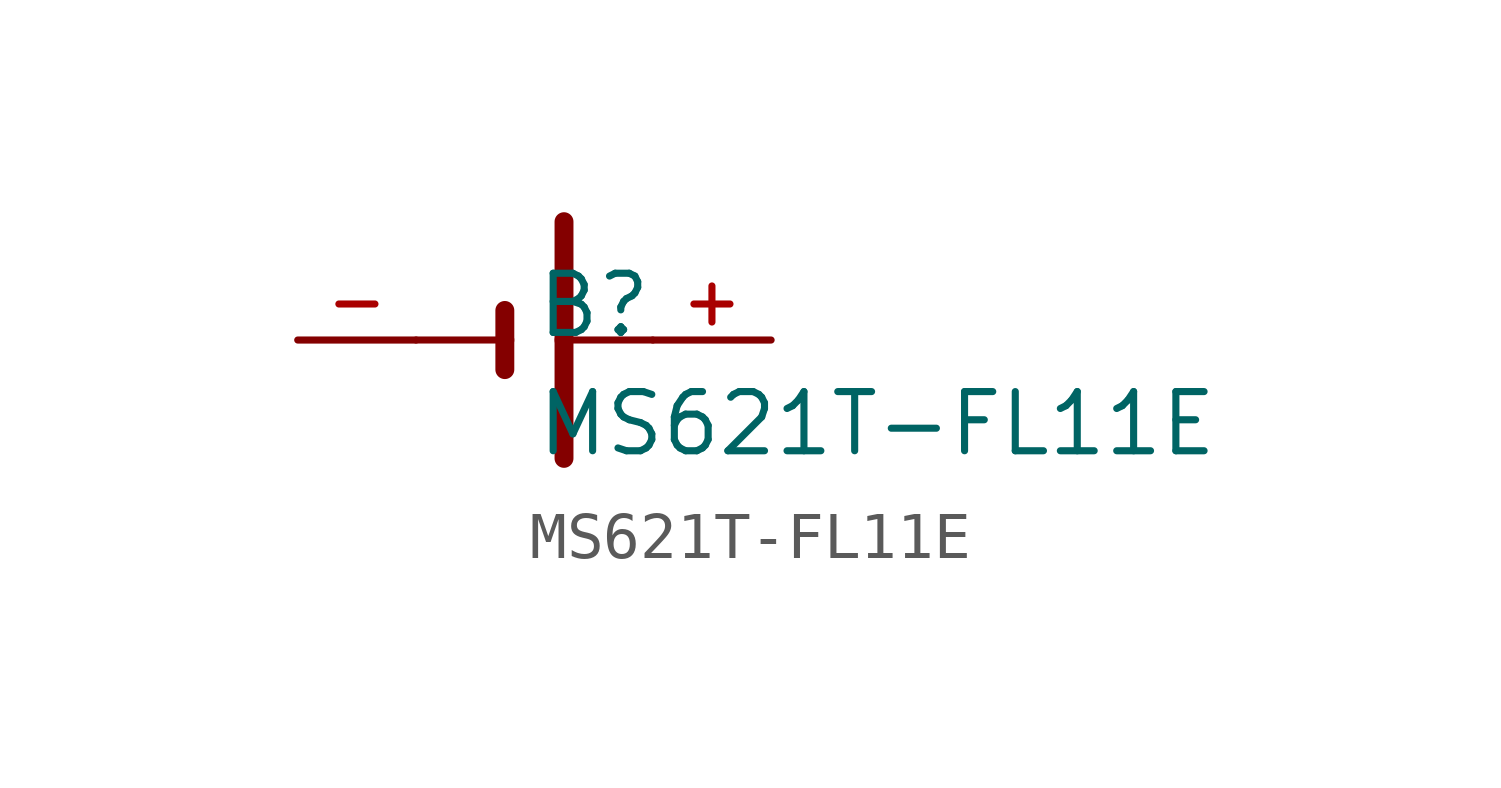
<source format=kicad_sym>
(kicad_symbol_lib
  (version 20211014)
  (generator kicad_symbol_editor)
  (symbol "MS621T-FL11E"
    (pin_names
      (offset 1.016))
    (property "Reference" "B"
      (at 0.0 0.0 0)
      (effects (font (size 1.27 1.27)) (justify bottom left)))
    (property "Value" "MS621T-FL11E"
      (at 0.0 -2.54 0)
      (effects (font (size 1.27 1.27)) (justify bottom left)))
    (symbol "MS621T-FL11E_0_0"
      (polyline (pts (xy -0.635 0.635) (xy -0.635 0.0)) (stroke (width 0.406)))
      (polyline (pts (xy -2.54 0.0) (xy -0.635 0.0)) (stroke (width 0.152)))
      (polyline (pts (xy -0.635 0.0) (xy -0.635 -0.635)) (stroke (width 0.406)))
      (polyline (pts (xy 0.635 2.54) (xy 0.635 0.0)) (stroke (width 0.406)))
      (polyline (pts (xy 0.635 0.0) (xy 2.54 0.0)) (stroke (width 0.152)))
      (polyline (pts (xy 0.635 0.0) (xy 0.635 -2.54)) (stroke (width 0.406)))
      (pin passive line (at 5.08 0.0 180.0) (length 2.54) (name "~" (effects (font (size 1.016 1.016)))) (number "+" (effects (font (size 1.016 1.016)))))
      (pin passive line (at -5.08 0.0 0) (length 2.54) (name "~" (effects (font (size 1.016 1.016)))) (number "-" (effects (font (size 1.016 1.016))))))))
</source>
